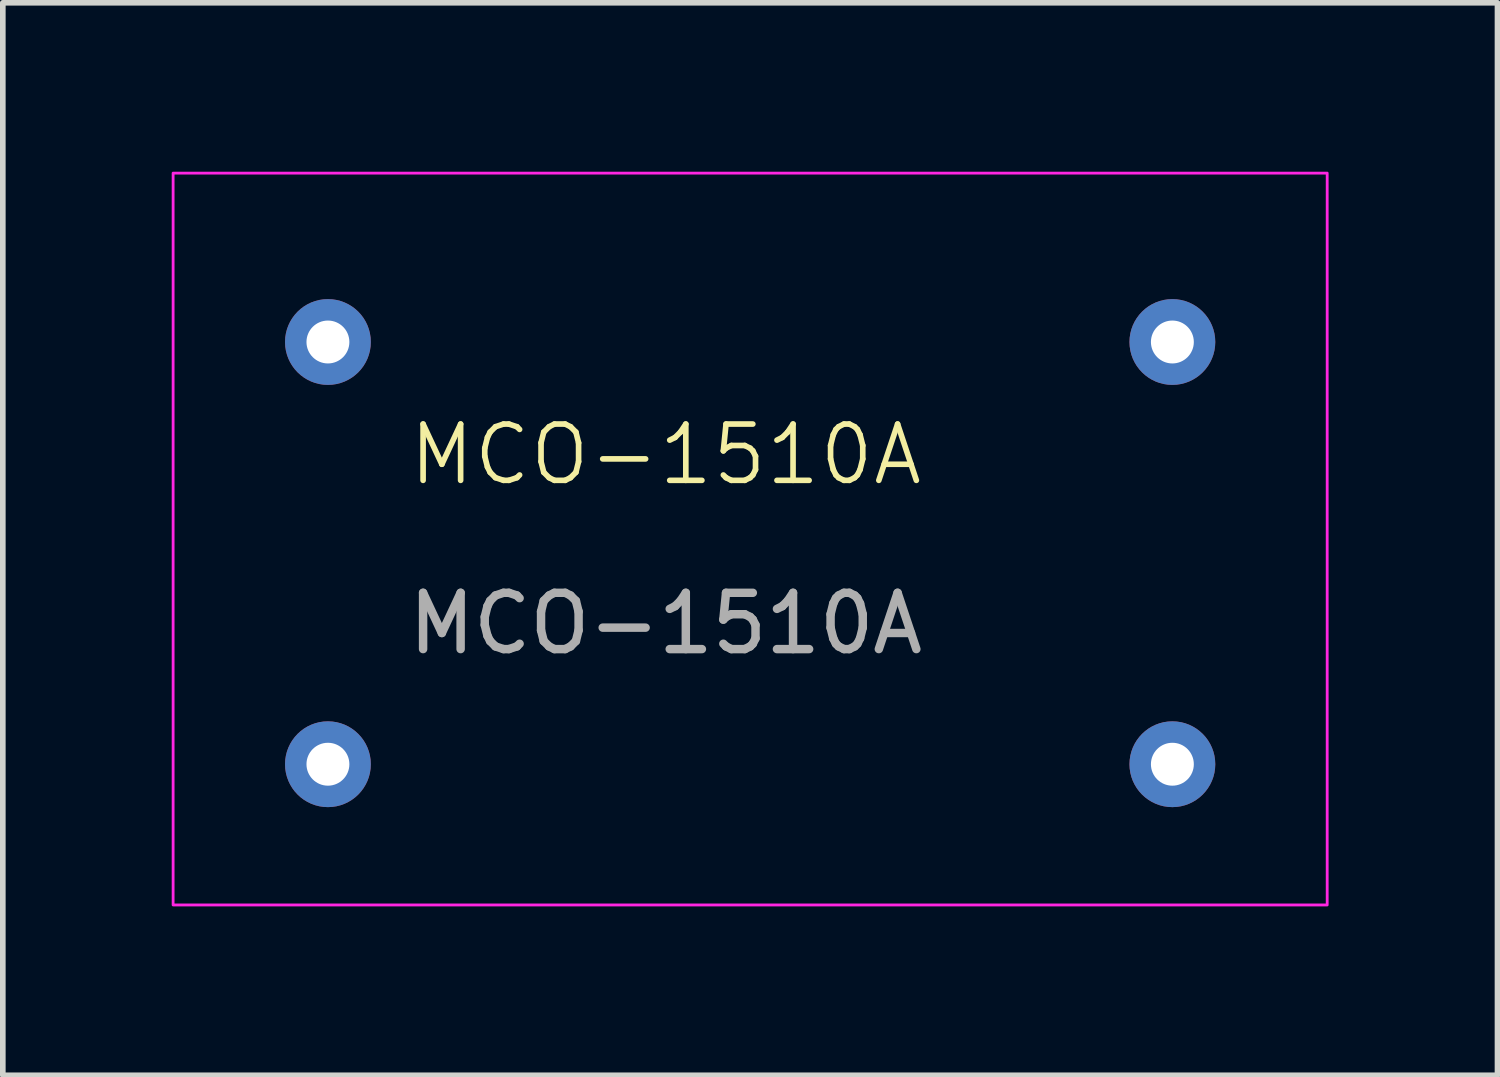
<source format=kicad_pcb>
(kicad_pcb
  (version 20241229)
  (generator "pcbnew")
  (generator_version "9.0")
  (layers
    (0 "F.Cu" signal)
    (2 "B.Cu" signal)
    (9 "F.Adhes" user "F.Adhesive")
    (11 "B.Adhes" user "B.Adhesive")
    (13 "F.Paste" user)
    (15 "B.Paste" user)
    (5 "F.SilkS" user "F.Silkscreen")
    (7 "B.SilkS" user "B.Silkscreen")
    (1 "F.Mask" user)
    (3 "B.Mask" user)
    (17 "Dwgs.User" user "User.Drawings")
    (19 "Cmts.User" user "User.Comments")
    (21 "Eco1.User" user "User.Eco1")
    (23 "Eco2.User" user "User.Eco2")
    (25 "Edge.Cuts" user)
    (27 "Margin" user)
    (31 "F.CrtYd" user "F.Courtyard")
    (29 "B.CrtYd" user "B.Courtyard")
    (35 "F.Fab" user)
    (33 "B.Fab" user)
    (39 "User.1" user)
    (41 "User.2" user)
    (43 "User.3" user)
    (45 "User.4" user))
  (footprint "MCO-1510A"
    (layer "F.Cu")
    (at 8.775 5.525)
    (property "Reference" "MCO-1510A" (at 0 -0.5 0) (unlocked yes) (layer "F.SilkS") (effects (font (size 1 1) (thickness 0.1))))
    (attr through_hole)
    (fp_rect (start -8.75 -5.5) (end 11.75 7.5) (stroke (width 0.05) (type default)) (fill no) (layer "F.CrtYd"))
    (fp_text user "${REFERENCE}" (at 0 2.5 0) (unlocked yes) (layer "F.Fab") (effects (font (size 1 1) (thickness 0.15))))
    (pad "1" thru_hole circle (at -6 -2.5) (size 1.524 1.524) (drill 0.762) (layers "*.Cu" "*.Mask"))
    (pad "2" thru_hole circle (at -6 5) (size 1.524 1.524) (drill 0.762) (layers "*.Cu" "*.Mask"))
    (pad "3" thru_hole circle (at 9 5) (size 1.524 1.524) (drill 0.762) (layers "*.Cu" "*.Mask"))
    (pad "4" thru_hole circle (at 9 -2.5) (size 1.524 1.524) (drill 0.762) (layers "*.Cu" "*.Mask")))
  (gr_rect
    (start -3 -3)
    (end 23.55 16.05)
    (stroke (width 0.1) (type default))
    (fill no)
    (layer "Edge.Cuts")))
</source>
